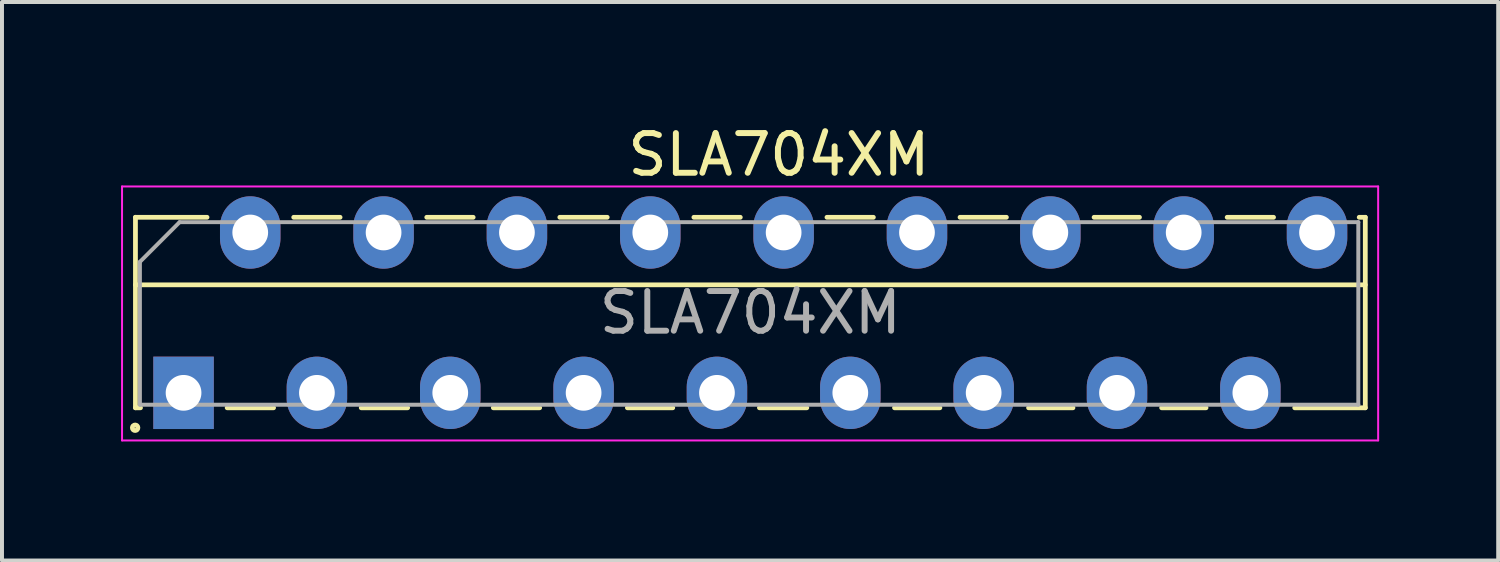
<source format=kicad_pcb>
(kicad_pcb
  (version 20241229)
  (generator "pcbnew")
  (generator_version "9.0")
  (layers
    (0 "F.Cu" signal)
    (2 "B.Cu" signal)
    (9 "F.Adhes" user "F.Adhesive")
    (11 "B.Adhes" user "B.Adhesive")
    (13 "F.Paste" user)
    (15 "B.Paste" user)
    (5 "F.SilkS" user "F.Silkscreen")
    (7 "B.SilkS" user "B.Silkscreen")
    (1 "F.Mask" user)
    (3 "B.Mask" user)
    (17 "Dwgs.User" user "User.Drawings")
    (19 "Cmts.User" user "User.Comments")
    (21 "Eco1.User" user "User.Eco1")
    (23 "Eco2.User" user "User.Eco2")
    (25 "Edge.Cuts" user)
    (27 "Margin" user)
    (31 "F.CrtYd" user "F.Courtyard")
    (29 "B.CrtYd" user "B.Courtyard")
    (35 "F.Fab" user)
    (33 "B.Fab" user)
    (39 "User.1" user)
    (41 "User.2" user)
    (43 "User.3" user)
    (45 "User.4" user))
  (footprint "SLA704XM"
    (layer "F.Cu")
    (at 1.575 6.848)
    (property "Reference" "SLA704XM" (at 15 -6 0) (layer "F.SilkS") (effects (font (size 1 1) (thickness 0.15))))
    (attr through_hole)
    (fp_line (start -1.212 -4.423) (end 0.591 -4.423) (stroke (width 0.12) (type solid)) (layer "F.SilkS"))
    (fp_line (start -1.212 -2.721) (end 29.776 -2.721) (stroke (width 0.12) (type solid)) (layer "F.SilkS"))
    (fp_line (start -1.212 0.377) (end -1.212 -4.423) (stroke (width 0.12) (type solid)) (layer "F.SilkS"))
    (fp_line (start -1.212 0.377) (end -1.085 0.377) (stroke (width 0.12) (type solid)) (layer "F.SilkS"))
    (fp_line (start 1.099 0.377) (end 2.268 0.377) (stroke (width 0.12) (type solid)) (layer "F.SilkS"))
    (fp_line (start 2.776 -4.423) (end 3.944 -4.423) (stroke (width 0.12) (type solid)) (layer "F.SilkS"))
    (fp_line (start 4.477 0.377) (end 5.646 0.377) (stroke (width 0.12) (type solid)) (layer "F.SilkS"))
    (fp_line (start 6.128 -4.423) (end 7.297 -4.423) (stroke (width 0.12) (type solid)) (layer "F.SilkS"))
    (fp_line (start 7.805 0.377) (end 8.973 0.377) (stroke (width 0.12) (type solid)) (layer "F.SilkS"))
    (fp_line (start 9.481 -4.423) (end 10.675 -4.423) (stroke (width 0.12) (type solid)) (layer "F.SilkS"))
    (fp_line (start 11.183 0.377) (end 12.326 0.377) (stroke (width 0.12) (type solid)) (layer "F.SilkS"))
    (fp_line (start 12.859 -4.423) (end 14.028 -4.423) (stroke (width 0.12) (type solid)) (layer "F.SilkS"))
    (fp_line (start 14.51 0.377) (end 15.704 0.377) (stroke (width 0.12) (type solid)) (layer "F.SilkS"))
    (fp_line (start 16.212 -4.423) (end 17.381 -4.423) (stroke (width 0.12) (type solid)) (layer "F.SilkS"))
    (fp_line (start 17.914 0.377) (end 19.057 0.377) (stroke (width 0.12) (type solid)) (layer "F.SilkS"))
    (fp_line (start 19.565 -4.423) (end 20.733 -4.423) (stroke (width 0.12) (type solid)) (layer "F.SilkS"))
    (fp_line (start 21.292 0.377) (end 22.41 0.377) (stroke (width 0.12) (type solid)) (layer "F.SilkS"))
    (fp_line (start 22.943 -4.423) (end 24.086 -4.423) (stroke (width 0.12) (type solid)) (layer "F.SilkS"))
    (fp_line (start 24.645 0.377) (end 25.763 0.377) (stroke (width 0.12) (type solid)) (layer "F.SilkS"))
    (fp_line (start 26.296 -4.423) (end 27.464 -4.423) (stroke (width 0.12) (type solid)) (layer "F.SilkS"))
    (fp_line (start 29.623 -4.423) (end 29.776 -4.423) (stroke (width 0.12) (type solid)) (layer "F.SilkS"))
    (fp_line (start 29.776 -4.423) (end 29.776 0.377) (stroke (width 0.12) (type solid)) (layer "F.SilkS"))
    (fp_line (start 29.776 0.377) (end 27.998 0.377) (stroke (width 0.12) (type solid)) (layer "F.SilkS"))
    (fp_circle (center -1.22 0.88) (end -1.22 0.87) (stroke (width 0.12) (type solid)) (fill no) (layer "F.SilkS"))
    (fp_line (start -1.55 -5.2) (end 30.1 -5.2) (stroke (width 0.05) (type solid)) (layer "F.CrtYd"))
    (fp_line (start -1.55 1.2) (end -1.55 -5.2) (stroke (width 0.05) (type solid)) (layer "F.CrtYd"))
    (fp_line (start 30.1 -5.2) (end 30.1 1.2) (stroke (width 0.05) (type solid)) (layer "F.CrtYd"))
    (fp_line (start 30.1 1.2) (end -1.55 1.2) (stroke (width 0.05) (type solid)) (layer "F.CrtYd"))
    (fp_line (start -1.1 -3.3) (end -0.1 -4.3) (stroke (width 0.1) (type solid)) (layer "F.Fab"))
    (fp_line (start -1.1 0.3) (end -1.1 -3.3) (stroke (width 0.1) (type solid)) (layer "F.Fab"))
    (fp_line (start -0.1 -4.3) (end 29.6 -4.3) (stroke (width 0.1) (type solid)) (layer "F.Fab"))
    (fp_line (start 29.6 -4.3) (end 29.6 0.3) (stroke (width 0.1) (type solid)) (layer "F.Fab"))
    (fp_line (start 29.6 0.3) (end -1.1 0.3) (stroke (width 0.1) (type solid)) (layer "F.Fab"))
    (fp_text user "${REFERENCE}" (at 14.28 -2.02 0) (layer "F.Fab") (effects (font (size 1 1) (thickness 0.15))))
    (pad "1" thru_hole rect (at 0 0) (size 1.524 1.824) (drill 0.9) (layers "*.Cu" "*.Mask"))
    (pad "2" thru_hole oval (at 1.68 -4.04) (size 1.524 1.824) (drill 0.9) (layers "*.Cu" "*.Mask"))
    (pad "3" thru_hole oval (at 3.36 0) (size 1.524 1.824) (drill 0.9) (layers "*.Cu" "*.Mask"))
    (pad "4" thru_hole oval (at 5.04 -4.04) (size 1.524 1.824) (drill 0.9) (layers "*.Cu" "*.Mask"))
    (pad "5" thru_hole oval (at 6.72 0) (size 1.524 1.824) (drill 0.9) (layers "*.Cu" "*.Mask"))
    (pad "6" thru_hole oval (at 8.4 -4.04) (size 1.524 1.824) (drill 0.9) (layers "*.Cu" "*.Mask"))
    (pad "7" thru_hole oval (at 10.08 0) (size 1.524 1.824) (drill 0.9) (layers "*.Cu" "*.Mask"))
    (pad "8" thru_hole oval (at 11.76 -4.04) (size 1.524 1.824) (drill 0.9) (layers "*.Cu" "*.Mask"))
    (pad "9" thru_hole oval (at 13.44 0) (size 1.524 1.824) (drill 0.9) (layers "*.Cu" "*.Mask"))
    (pad "10" thru_hole oval (at 15.12 -4.04) (size 1.524 1.824) (drill 0.9) (layers "*.Cu" "*.Mask"))
    (pad "11" thru_hole oval (at 16.8 0) (size 1.524 1.824) (drill 0.9) (layers "*.Cu" "*.Mask"))
    (pad "12" thru_hole oval (at 18.48 -4.04) (size 1.524 1.824) (drill 0.9) (layers "*.Cu" "*.Mask"))
    (pad "13" thru_hole oval (at 20.16 0) (size 1.524 1.824) (drill 0.9) (layers "*.Cu" "*.Mask"))
    (pad "14" thru_hole oval (at 21.84 -4.04) (size 1.524 1.824) (drill 0.9) (layers "*.Cu" "*.Mask"))
    (pad "15" thru_hole oval (at 23.52 0) (size 1.524 1.824) (drill 0.9) (layers "*.Cu" "*.Mask"))
    (pad "16" thru_hole oval (at 25.2 -4.04) (size 1.524 1.824) (drill 0.9) (layers "*.Cu" "*.Mask"))
    (pad "17" thru_hole oval (at 26.88 0) (size 1.524 1.824) (drill 0.9) (layers "*.Cu" "*.Mask"))
    (pad "18" thru_hole oval (at 28.56 -4.04) (size 1.524 1.824) (drill 0.9) (layers "*.Cu" "*.Mask")))
  (gr_rect
    (start -3 -3)
    (end 34.7 11.073)
    (stroke (width 0.1) (type default))
    (fill no)
    (layer "Edge.Cuts")))
</source>
